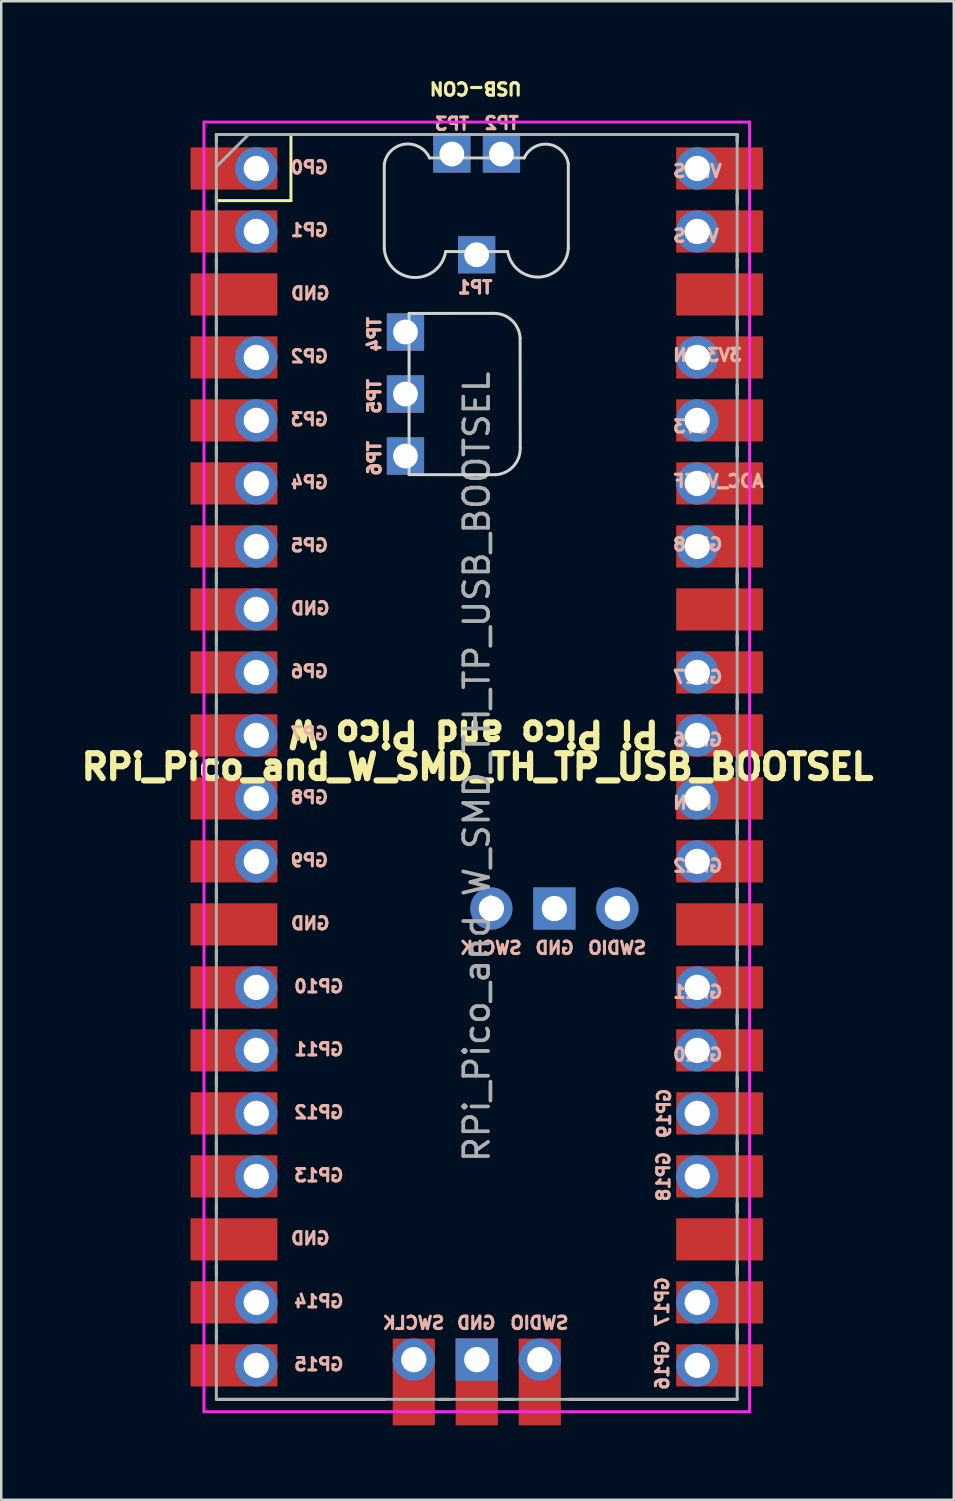
<source format=kicad_pcb>
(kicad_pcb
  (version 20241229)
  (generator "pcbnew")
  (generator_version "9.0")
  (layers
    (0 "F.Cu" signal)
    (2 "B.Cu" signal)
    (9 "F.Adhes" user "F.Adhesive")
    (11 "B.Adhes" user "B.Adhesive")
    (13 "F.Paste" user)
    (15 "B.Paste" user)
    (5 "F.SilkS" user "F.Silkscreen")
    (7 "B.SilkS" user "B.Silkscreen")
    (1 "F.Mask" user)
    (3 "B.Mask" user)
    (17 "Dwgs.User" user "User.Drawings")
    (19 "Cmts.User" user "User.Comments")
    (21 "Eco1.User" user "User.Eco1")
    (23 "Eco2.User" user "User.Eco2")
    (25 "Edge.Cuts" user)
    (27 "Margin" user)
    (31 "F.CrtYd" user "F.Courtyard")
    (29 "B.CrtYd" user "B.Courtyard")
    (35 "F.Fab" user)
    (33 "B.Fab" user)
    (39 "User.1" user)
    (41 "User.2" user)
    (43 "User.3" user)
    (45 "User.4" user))
  (footprint "RPi_Pico_and_W_SMD_TH_TP_USB_BOOTSEL"
    (layer "F.Cu")
    (at 16.174 27.872)
    (property "Reference" "RPi_Pico_and_W_SMD_TH_TP_USB_BOOTSEL" (at 0.03 0 0) (layer "F.SilkS") (effects (font (size 1 1) (thickness 0.25))))
    (attr through_hole)
    (fp_line (start -10.5 -25.5) (end -10.5 -25.2) (stroke (width 0.12) (type solid)) (layer "F.SilkS"))
    (fp_line (start -10.5 -25.5) (end 10.5 -25.5) (stroke (width 0.12) (type solid)) (layer "F.SilkS"))
    (fp_line (start -10.5 -23.1) (end -10.5 -22.7) (stroke (width 0.12) (type solid)) (layer "F.SilkS"))
    (fp_line (start -10.5 -22.833) (end -7.493 -22.833) (stroke (width 0.12) (type solid)) (layer "F.SilkS"))
    (fp_line (start -10.5 -20.5) (end -10.5 -20.1) (stroke (width 0.12) (type solid)) (layer "F.SilkS"))
    (fp_line (start -10.5 -18) (end -10.5 -17.6) (stroke (width 0.12) (type solid)) (layer "F.SilkS"))
    (fp_line (start -10.5 -15.4) (end -10.5 -15) (stroke (width 0.12) (type solid)) (layer "F.SilkS"))
    (fp_line (start -10.5 -12.9) (end -10.5 -12.5) (stroke (width 0.12) (type solid)) (layer "F.SilkS"))
    (fp_line (start -10.5 -10.4) (end -10.5 -10) (stroke (width 0.12) (type solid)) (layer "F.SilkS"))
    (fp_line (start -10.5 -7.8) (end -10.5 -7.4) (stroke (width 0.12) (type solid)) (layer "F.SilkS"))
    (fp_line (start -10.5 -5.3) (end -10.5 -4.9) (stroke (width 0.12) (type solid)) (layer "F.SilkS"))
    (fp_line (start -10.5 -2.7) (end -10.5 -2.3) (stroke (width 0.12) (type solid)) (layer "F.SilkS"))
    (fp_line (start -10.5 -0.2) (end -10.5 0.2) (stroke (width 0.12) (type solid)) (layer "F.SilkS"))
    (fp_line (start -10.5 2.3) (end -10.5 2.7) (stroke (width 0.12) (type solid)) (layer "F.SilkS"))
    (fp_line (start -10.5 4.9) (end -10.5 5.3) (stroke (width 0.12) (type solid)) (layer "F.SilkS"))
    (fp_line (start -10.5 7.4) (end -10.5 7.8) (stroke (width 0.12) (type solid)) (layer "F.SilkS"))
    (fp_line (start -10.5 10) (end -10.5 10.4) (stroke (width 0.12) (type solid)) (layer "F.SilkS"))
    (fp_line (start -10.5 12.5) (end -10.5 12.9) (stroke (width 0.12) (type solid)) (layer "F.SilkS"))
    (fp_line (start -10.5 15.1) (end -10.5 15.5) (stroke (width 0.12) (type solid)) (layer "F.SilkS"))
    (fp_line (start -10.5 17.6) (end -10.5 18) (stroke (width 0.12) (type solid)) (layer "F.SilkS"))
    (fp_line (start -10.5 20.1) (end -10.5 20.5) (stroke (width 0.12) (type solid)) (layer "F.SilkS"))
    (fp_line (start -10.5 22.7) (end -10.5 23.1) (stroke (width 0.12) (type solid)) (layer "F.SilkS"))
    (fp_line (start -7.493 -22.833) (end -7.493 -25.5) (stroke (width 0.12) (type solid)) (layer "F.SilkS"))
    (fp_line (start -3.7 25.5) (end -10.5 25.5) (stroke (width 0.12) (type solid)) (layer "F.SilkS"))
    (fp_line (start -1.5 25.5) (end -1.1 25.5) (stroke (width 0.12) (type solid)) (layer "F.SilkS"))
    (fp_line (start 1.1 25.5) (end 1.5 25.5) (stroke (width 0.12) (type solid)) (layer "F.SilkS"))
    (fp_line (start 10.5 -25.5) (end 10.5 -25.2) (stroke (width 0.12) (type solid)) (layer "F.SilkS"))
    (fp_line (start 10.5 -23.1) (end 10.5 -22.7) (stroke (width 0.12) (type solid)) (layer "F.SilkS"))
    (fp_line (start 10.5 -20.5) (end 10.5 -20.1) (stroke (width 0.12) (type solid)) (layer "F.SilkS"))
    (fp_line (start 10.5 -18) (end 10.5 -17.6) (stroke (width 0.12) (type solid)) (layer "F.SilkS"))
    (fp_line (start 10.5 -15.4) (end 10.5 -15) (stroke (width 0.12) (type solid)) (layer "F.SilkS"))
    (fp_line (start 10.5 -12.9) (end 10.5 -12.5) (stroke (width 0.12) (type solid)) (layer "F.SilkS"))
    (fp_line (start 10.5 -10.4) (end 10.5 -10) (stroke (width 0.12) (type solid)) (layer "F.SilkS"))
    (fp_line (start 10.5 -7.8) (end 10.5 -7.4) (stroke (width 0.12) (type solid)) (layer "F.SilkS"))
    (fp_line (start 10.5 -5.3) (end 10.5 -4.9) (stroke (width 0.12) (type solid)) (layer "F.SilkS"))
    (fp_line (start 10.5 -2.7) (end 10.5 -2.3) (stroke (width 0.12) (type solid)) (layer "F.SilkS"))
    (fp_line (start 10.5 -0.2) (end 10.5 0.2) (stroke (width 0.12) (type solid)) (layer "F.SilkS"))
    (fp_line (start 10.5 2.3) (end 10.5 2.7) (stroke (width 0.12) (type solid)) (layer "F.SilkS"))
    (fp_line (start 10.5 4.9) (end 10.5 5.3) (stroke (width 0.12) (type solid)) (layer "F.SilkS"))
    (fp_line (start 10.5 7.4) (end 10.5 7.8) (stroke (width 0.12) (type solid)) (layer "F.SilkS"))
    (fp_line (start 10.5 10) (end 10.5 10.4) (stroke (width 0.12) (type solid)) (layer "F.SilkS"))
    (fp_line (start 10.5 12.5) (end 10.5 12.9) (stroke (width 0.12) (type solid)) (layer "F.SilkS"))
    (fp_line (start 10.5 15.1) (end 10.5 15.5) (stroke (width 0.12) (type solid)) (layer "F.SilkS"))
    (fp_line (start 10.5 17.6) (end 10.5 18) (stroke (width 0.12) (type solid)) (layer "F.SilkS"))
    (fp_line (start 10.5 20.1) (end 10.5 20.5) (stroke (width 0.12) (type solid)) (layer "F.SilkS"))
    (fp_line (start 10.5 22.7) (end 10.5 23.1) (stroke (width 0.12) (type solid)) (layer "F.SilkS"))
    (fp_line (start 10.5 25.5) (end 3.7 25.5) (stroke (width 0.12) (type solid)) (layer "F.SilkS"))
    (fp_line (start -3.73 -24.304) (end -3.73 -20.904) (stroke (width 0.12) (type solid)) (layer "Edge.Cuts"))
    (fp_line (start -2.73 -18.284) (end 0.648 -18.286) (stroke (width 0.12) (type solid)) (layer "Edge.Cuts"))
    (fp_line (start -2.73 -11.784) (end -2.73 -18.284) (stroke (width 0.12) (type solid)) (layer "Edge.Cuts"))
    (fp_line (start -1.905 -24.554) (end 1.915 -24.554) (stroke (width 0.12) (type solid)) (layer "Edge.Cuts"))
    (fp_line (start -1.255 -20.779) (end 1.245 -20.779) (stroke (width 0.12) (type solid)) (layer "Edge.Cuts"))
    (fp_line (start 0.752 -11.781) (end -2.73 -11.784) (stroke (width 0.12) (type solid)) (layer "Edge.Cuts"))
    (fp_line (start 1.748 -17.286) (end 1.752 -12.864) (stroke (width 0.12) (type solid)) (layer "Edge.Cuts"))
    (fp_line (start 3.69 -24.314) (end 3.69 -20.914) (stroke (width 0.12) (type solid)) (layer "Edge.Cuts"))
    (fp_arc (start -3.729557 -24.303909) (mid -2.910222 -25.108435) (end -1.904557 -24.55417) (stroke (width 0.12) (type solid)) (layer "Edge.Cuts"))
    (fp_arc (start -1.254557 -20.778909) (mid -2.547941 -19.734906) (end -3.729557 -20.903909) (stroke (width 0.12) (type solid)) (layer "Edge.Cuts"))
    (fp_arc (start 0.648336 -18.286092) (mid 1.405442 -18.013909) (end 1.748336 -17.286092) (stroke (width 0.12) (type solid)) (layer "Edge.Cuts"))
    (fp_arc (start 1.751665 -12.863909) (mid 1.473464 -12.117642) (end 0.751665 -11.781016) (stroke (width 0.12) (type solid)) (layer "Edge.Cuts"))
    (fp_arc (start 1.915451 -24.553649) (mid 2.892936 -25.101614) (end 3.690451 -24.314395) (stroke (width 0.12) (type solid)) (layer "Edge.Cuts"))
    (fp_arc (start 3.690451 -20.914395) (mid 2.52865 -19.753162) (end 1.245443 -20.778649) (stroke (width 0.12) (type solid)) (layer "Edge.Cuts"))
    (fp_line (start -11 -26) (end 11 -26) (stroke (width 0.12) (type solid)) (layer "F.CrtYd"))
    (fp_line (start -11 26) (end -11 -26) (stroke (width 0.12) (type solid)) (layer "F.CrtYd"))
    (fp_line (start 11 -26) (end 11 26) (stroke (width 0.12) (type solid)) (layer "F.CrtYd"))
    (fp_line (start 11 26) (end -11 26) (stroke (width 0.12) (type solid)) (layer "F.CrtYd"))
    (fp_line (start -10.5 -25.5) (end 10.5 -25.5) (stroke (width 0.12) (type solid)) (layer "F.Fab"))
    (fp_line (start -10.5 -24.2) (end -9.2 -25.5) (stroke (width 0.12) (type solid)) (layer "F.Fab"))
    (fp_line (start -10.5 25.5) (end -10.5 -25.5) (stroke (width 0.12) (type solid)) (layer "F.Fab"))
    (fp_line (start 10.5 -25.5) (end 10.5 25.5) (stroke (width 0.12) (type solid)) (layer "F.Fab"))
    (fp_line (start 10.5 25.5) (end -10.5 25.5) (stroke (width 0.12) (type solid)) (layer "F.Fab"))
    (fp_text user "USB-CON" (at -0.045 -27.36 180) (unlocked yes) (layer "F.SilkS") (effects (font (size 0.5 0.5) (thickness 0.125))))
    (fp_text user "Pi Pico and Pico W" (at -0.135 -1.34 180) (unlocked yes) (layer "F.SilkS") (effects (font (size 1 1) (thickness 0.25))))
    (fp_text user "GP2" (at -6.75 -16.55 180) (layer "B.SilkS") (effects (font (size 0.5 0.5) (thickness 0.125)) (justify mirror)))
    (fp_text user "SWCLK" (at 0.57 7.3 180) (layer "B.SilkS") (effects (font (size 0.5 0.5) (thickness 0.125)) (justify mirror)))
    (fp_text user "GP28" (at 7.85 -8.969 180) (layer "B.SilkS") (effects (font (size 0.5 0.5) (thickness 0.125)) (justify right mirror)))
    (fp_text user "GP4" (at -6.75 -11.47 180) (layer "B.SilkS") (effects (font (size 0.5 0.5) (thickness 0.125)) (justify mirror)))
    (fp_text user "RUN" (at 7.85 1.445 180) (layer "B.SilkS") (effects (font (size 0.5 0.5) (thickness 0.125)) (justify right mirror)))
    (fp_text user "GP14" (at -6.369 21.55 180) (layer "B.SilkS") (effects (font (size 0.5 0.5) (thickness 0.125)) (justify mirror)))
    (fp_text user "GP22" (at 7.85 3.985 180) (layer "B.SilkS") (effects (font (size 0.5 0.5) (thickness 0.125)) (justify right mirror)))
    (fp_text user "TP5" (at -4.125 -14.94 270) (layer "B.SilkS") (effects (font (size 0.5 0.5) (thickness 0.125)) (justify mirror)))
    (fp_text user "3V3_EN" (at 7.85 -16.605 180) (layer "B.SilkS") (effects (font (size 0.5 0.5) (thickness 0.125)) (justify right mirror)))
    (fp_text user "GND" (at -6.712 -6.39 180) (layer "B.SilkS") (effects (font (size 0.5 0.5) (thickness 0.125)) (justify mirror)))
    (fp_text user "GP16" (at 7.48 24.12 270) (layer "B.SilkS") (effects (font (size 0.5 0.5) (thickness 0.125)) (justify mirror)))
    (fp_text user "ADC_VREF" (at 7.85 -11.525 180) (layer "B.SilkS") (effects (font (size 0.5 0.5) (thickness 0.125)) (justify right mirror)))
    (fp_text user "SWDIO" (at 5.66 7.3 180) (layer "B.SilkS") (effects (font (size 0.5 0.5) (thickness 0.125)) (justify mirror)))
    (fp_text user "GP20" (at 7.85 11.605 180) (layer "B.SilkS") (effects (font (size 0.5 0.5) (thickness 0.125)) (justify right mirror)))
    (fp_text user "GP13" (at -6.369 16.47 180) (layer "B.SilkS") (effects (font (size 0.5 0.5) (thickness 0.125)) (justify mirror)))
    (fp_text user "GND" (at -6.712 -19.09 180) (layer "B.SilkS") (effects (font (size 0.5 0.5) (thickness 0.125)) (justify mirror)))
    (fp_text user "SWDIO" (at 2.525 22.42 180) (layer "B.SilkS") (effects (font (size 0.5 0.5) (thickness 0.125)) (justify mirror)))
    (fp_text user "TP3" (at -1 -25.93 0) (layer "B.SilkS") (effects (font (size 0.5 0.5) (thickness 0.125)) (justify mirror)))
    (fp_text user "GP1" (at -6.75 -21.64 180) (layer "B.SilkS") (effects (font (size 0.5 0.5) (thickness 0.125)) (justify mirror)))
    (fp_text user "GP11" (at -6.369 11.39 180) (layer "B.SilkS") (effects (font (size 0.5 0.5) (thickness 0.125)) (justify mirror)))
    (fp_text user "GP9" (at -6.75 3.77 180) (layer "B.SilkS") (effects (font (size 0.5 0.5) (thickness 0.125)) (justify mirror)))
    (fp_text user "TP6" (at -4.125 -12.44 270) (layer "B.SilkS") (effects (font (size 0.5 0.5) (thickness 0.125)) (justify mirror)))
    (fp_text user "GP5" (at -6.75 -8.93 180) (layer "B.SilkS") (effects (font (size 0.5 0.5) (thickness 0.125)) (justify mirror)))
    (fp_text user "GP21" (at 7.85 9.075 180) (layer "B.SilkS") (effects (font (size 0.5 0.5) (thickness 0.125)) (justify right mirror)))
    (fp_text user "VSYS" (at 7.85 -21.415 180) (layer "B.SilkS") (effects (font (size 0.5 0.5) (thickness 0.125)) (justify right mirror)))
    (fp_text user "TP6" (at -4.13 -12.444 270) (layer "B.SilkS") (effects (font (size 0.5 0.5) (thickness 0.125)) (justify mirror)))
    (fp_text user "GP7" (at -6.75 -1.34 180) (layer "B.SilkS") (effects (font (size 0.5 0.5) (thickness 0.125)) (justify mirror)))
    (fp_text user "SWCLK" (at -2.55 22.42 180) (layer "B.SilkS") (effects (font (size 0.5 0.5) (thickness 0.125)) (justify mirror)))
    (fp_text user "TP5" (at -4.13 -14.944 270) (layer "B.SilkS") (effects (font (size 0.5 0.5) (thickness 0.125)) (justify mirror)))
    (fp_text user "TP1" (at -0.07 -19.33 0) (layer "B.SilkS") (effects (font (size 0.5 0.5) (thickness 0.125)) (justify mirror)))
    (fp_text user "TP4" (at -4.125 -17.44 270) (layer "B.SilkS") (effects (font (size 0.5 0.5) (thickness 0.125)) (justify mirror)))
    (fp_text user "TP1" (at -0.066 -19.335 0) (layer "B.SilkS") (effects (font (size 0.5 0.5) (thickness 0.125)) (justify mirror)))
    (fp_text user "TP2" (at 1 -25.955 0) (layer "B.SilkS") (effects (font (size 0.5 0.5) (thickness 0.125)) (justify mirror)))
    (fp_text user "TP4" (at -4.13 -17.444 270) (layer "B.SilkS") (effects (font (size 0.5 0.5) (thickness 0.125)) (justify mirror)))
    (fp_text user "GND" (at -6.712 19.01 180) (layer "B.SilkS") (effects (font (size 0.5 0.5) (thickness 0.125)) (justify mirror)))
    (fp_text user "GND" (at 3.14 7.3 180) (layer "B.SilkS") (effects (font (size 0.5 0.5) (thickness 0.125)) (justify mirror)))
    (fp_text user "GP3" (at -6.75 -14.01 180) (layer "B.SilkS") (effects (font (size 0.5 0.5) (thickness 0.125)) (justify mirror)))
    (fp_text user "3V3" (at 7.85 -13.725 180) (layer "B.SilkS") (effects (font (size 0.5 0.5) (thickness 0.125)) (justify right mirror)))
    (fp_text user "GP10" (at -6.369 8.85 180) (layer "B.SilkS") (effects (font (size 0.5 0.5) (thickness 0.125)) (justify mirror)))
    (fp_text user "GND" (at -0.02 22.42 180) (layer "B.SilkS") (effects (font (size 0.5 0.5) (thickness 0.125)) (justify mirror)))
    (fp_text user "GP0" (at -6.75 -24.17 180) (layer "B.SilkS") (effects (font (size 0.5 0.5) (thickness 0.125)) (justify mirror)))
    (fp_text user "GP27" (at 7.85 -3.625 180) (layer "B.SilkS") (effects (font (size 0.5 0.5) (thickness 0.125)) (justify right mirror)))
    (fp_text user "VBUS" (at 7.85 -24.025 180) (layer "B.SilkS") (effects (font (size 0.5 0.5) (thickness 0.125)) (justify right mirror)))
    (fp_text user "GND" (at -6.712 6.31 180) (layer "B.SilkS") (effects (font (size 0.5 0.5) (thickness 0.125)) (justify mirror)))
    (fp_text user "GP12" (at -6.369 13.93 180) (layer "B.SilkS") (effects (font (size 0.5 0.5) (thickness 0.125)) (justify mirror)))
    (fp_text user "GP17" (at 7.48 21.57 270) (layer "B.SilkS") (effects (font (size 0.5 0.5) (thickness 0.125)) (justify mirror)))
    (fp_text user "GP8" (at -6.75 1.23 180) (layer "B.SilkS") (effects (font (size 0.5 0.5) (thickness 0.125)) (justify mirror)))
    (fp_text user "GP15" (at -6.369 24.09 180) (layer "B.SilkS") (effects (font (size 0.5 0.5) (thickness 0.125)) (justify mirror)))
    (fp_text user "GP18" (at 7.53 16.52 270) (layer "B.SilkS") (effects (font (size 0.5 0.5) (thickness 0.125)) (justify mirror)))
    (fp_text user "GP19" (at 7.555 13.97 270) (layer "B.SilkS") (effects (font (size 0.5 0.5) (thickness 0.125)) (justify mirror)))
    (fp_text user "GP26" (at 7.85 -1.095 180) (layer "B.SilkS") (effects (font (size 0.5 0.5) (thickness 0.125)) (justify right mirror)))
    (fp_text user "GP6" (at -6.75 -3.85 180) (layer "B.SilkS") (effects (font (size 0.5 0.5) (thickness 0.125)) (justify mirror)))
    (fp_text user "${REFERENCE}" (at 0 0 270) (layer "F.Fab") (effects (font (size 1 1) (thickness 0.15))))
    (pad "1" thru_hole oval (at -8.89 -24.13) (size 1.7 1.7) (drill 1.02) (layers "*.Cu" "*.Mask"))
    (pad "1" smd rect (at -8.89 -24.13) (size 3.5 1.7) (drill (offset -0.9 0)) (layers "F.Cu" "F.Mask"))
    (pad "2" thru_hole oval (at -8.89 -21.59) (size 1.7 1.7) (drill 1.02) (layers "*.Cu" "*.Mask"))
    (pad "2" smd rect (at -8.89 -21.59) (size 3.5 1.7) (drill (offset -0.9 0)) (layers "F.Cu" "F.Mask"))
    (pad "3" smd rect (at -8.89 -19.05) (size 3.5 1.7) (drill (offset -0.9 0)) (layers "F.Cu" "F.Mask"))
    (pad "4" thru_hole oval (at -8.89 -16.51) (size 1.7 1.7) (drill 1.02) (layers "*.Cu" "*.Mask"))
    (pad "4" smd rect (at -8.89 -16.51) (size 3.5 1.7) (drill (offset -0.9 0)) (layers "F.Cu" "F.Mask"))
    (pad "5" thru_hole oval (at -8.89 -13.97) (size 1.7 1.7) (drill 1.02) (layers "*.Cu" "*.Mask"))
    (pad "5" smd rect (at -8.89 -13.97) (size 3.5 1.7) (drill (offset -0.9 0)) (layers "F.Cu" "F.Mask"))
    (pad "6" thru_hole oval (at -8.89 -11.43) (size 1.7 1.7) (drill 1.02) (layers "*.Cu" "*.Mask"))
    (pad "6" smd rect (at -8.89 -11.43) (size 3.5 1.7) (drill (offset -0.9 0)) (layers "F.Cu" "F.Mask"))
    (pad "7" thru_hole oval (at -8.89 -8.89) (size 1.7 1.7) (drill 1.02) (layers "*.Cu" "*.Mask"))
    (pad "7" smd rect (at -8.89 -8.89) (size 3.5 1.7) (drill (offset -0.9 0)) (layers "F.Cu" "F.Mask"))
    (pad "8" thru_hole oval (at -8.89 -6.35) (size 1.7 1.7) (drill 1.02) (layers "*.Cu" "*.Mask"))
    (pad "8" smd rect (at -8.89 -6.35) (size 3.5 1.7) (drill (offset -0.9 0)) (layers "F.Cu" "F.Mask"))
    (pad "9" thru_hole oval (at -8.89 -3.81) (size 1.7 1.7) (drill 1.02) (layers "*.Cu" "*.Mask"))
    (pad "9" smd rect (at -8.89 -3.81) (size 3.5 1.7) (drill (offset -0.9 0)) (layers "F.Cu" "F.Mask"))
    (pad "10" thru_hole oval (at -8.89 -1.27) (size 1.7 1.7) (drill 1.02) (layers "*.Cu" "*.Mask"))
    (pad "10" smd rect (at -8.89 -1.27) (size 3.5 1.7) (drill (offset -0.9 0)) (layers "F.Cu" "F.Mask"))
    (pad "11" thru_hole oval (at -8.89 1.27) (size 1.7 1.7) (drill 1.02) (layers "*.Cu" "*.Mask"))
    (pad "11" smd rect (at -8.89 1.27) (size 3.5 1.7) (drill (offset -0.9 0)) (layers "F.Cu" "F.Mask"))
    (pad "12" thru_hole oval (at -8.89 3.81) (size 1.7 1.7) (drill 1.02) (layers "*.Cu" "*.Mask"))
    (pad "12" smd rect (at -8.89 3.81) (size 3.5 1.7) (drill (offset -0.9 0)) (layers "F.Cu" "F.Mask"))
    (pad "13" smd rect (at -8.89 6.35) (size 3.5 1.7) (drill (offset -0.9 0)) (layers "F.Cu" "F.Mask"))
    (pad "14" thru_hole oval (at -8.89 8.89) (size 1.7 1.7) (drill 1.02) (layers "*.Cu" "*.Mask"))
    (pad "14" smd rect (at -8.89 8.89) (size 3.5 1.7) (drill (offset -0.9 0)) (layers "F.Cu" "F.Mask"))
    (pad "15" thru_hole oval (at -8.89 11.43) (size 1.7 1.7) (drill 1.02) (layers "*.Cu" "*.Mask"))
    (pad "15" smd rect (at -8.89 11.43) (size 3.5 1.7) (drill (offset -0.9 0)) (layers "F.Cu" "F.Mask"))
    (pad "16" thru_hole oval (at -8.89 13.97) (size 1.7 1.7) (drill 1.02) (layers "*.Cu" "*.Mask"))
    (pad "16" smd rect (at -8.89 13.97) (size 3.5 1.7) (drill (offset -0.9 0)) (layers "F.Cu" "F.Mask"))
    (pad "17" thru_hole oval (at -8.89 16.51) (size 1.7 1.7) (drill 1.02) (layers "*.Cu" "*.Mask"))
    (pad "17" smd rect (at -8.89 16.51) (size 3.5 1.7) (drill (offset -0.9 0)) (layers "F.Cu" "F.Mask"))
    (pad "18" smd rect (at -8.89 19.05) (size 3.5 1.7) (drill (offset -0.9 0)) (layers "F.Cu" "F.Mask"))
    (pad "19" thru_hole oval (at -8.89 21.59) (size 1.7 1.7) (drill 1.02) (layers "*.Cu" "*.Mask"))
    (pad "19" smd rect (at -8.89 21.59) (size 3.5 1.7) (drill (offset -0.9 0)) (layers "F.Cu" "F.Mask"))
    (pad "20" thru_hole oval (at -8.89 24.13) (size 1.7 1.7) (drill 1.02) (layers "*.Cu" "*.Mask"))
    (pad "20" smd rect (at -8.89 24.13) (size 3.5 1.7) (drill (offset -0.9 0)) (layers "F.Cu" "F.Mask"))
    (pad "21" thru_hole oval (at 8.89 24.13) (size 1.7 1.7) (drill 1.02) (layers "*.Cu" "*.Mask"))
    (pad "21" smd rect (at 8.89 24.13) (size 3.5 1.7) (drill (offset 0.9 0)) (layers "F.Cu" "F.Mask"))
    (pad "22" thru_hole oval (at 8.89 21.59) (size 1.7 1.7) (drill 1.02) (layers "*.Cu" "*.Mask"))
    (pad "22" smd rect (at 8.89 21.59) (size 3.5 1.7) (drill (offset 0.9 0)) (layers "F.Cu" "F.Mask"))
    (pad "23" smd rect (at 8.89 19.05) (size 3.5 1.7) (drill (offset 0.9 0)) (layers "F.Cu" "F.Mask"))
    (pad "24" thru_hole oval (at 8.89 16.51) (size 1.7 1.7) (drill 1.02) (layers "*.Cu" "*.Mask"))
    (pad "24" smd rect (at 8.89 16.51) (size 3.5 1.7) (drill (offset 0.9 0)) (layers "F.Cu" "F.Mask"))
    (pad "25" thru_hole oval (at 8.89 13.97) (size 1.7 1.7) (drill 1.02) (layers "*.Cu" "*.Mask"))
    (pad "25" smd rect (at 8.89 13.97) (size 3.5 1.7) (drill (offset 0.9 0)) (layers "F.Cu" "F.Mask"))
    (pad "26" thru_hole oval (at 8.89 11.43) (size 1.7 1.7) (drill 1.02) (layers "*.Cu" "*.Mask"))
    (pad "26" smd rect (at 8.89 11.43) (size 3.5 1.7) (drill (offset 0.9 0)) (layers "F.Cu" "F.Mask"))
    (pad "27" thru_hole oval (at 8.89 8.89) (size 1.7 1.7) (drill 1.02) (layers "*.Cu" "*.Mask"))
    (pad "27" smd rect (at 8.89 8.89) (size 3.5 1.7) (drill (offset 0.9 0)) (layers "F.Cu" "F.Mask"))
    (pad "28" smd rect (at 8.89 6.35) (size 3.5 1.7) (drill (offset 0.9 0)) (layers "F.Cu" "F.Mask"))
    (pad "29" thru_hole oval (at 8.89 3.81) (size 1.7 1.7) (drill 1.02) (layers "*.Cu" "*.Mask"))
    (pad "29" smd rect (at 8.89 3.81) (size 3.5 1.7) (drill (offset 0.9 0)) (layers "F.Cu" "F.Mask"))
    (pad "30" thru_hole oval (at 8.89 1.27) (size 1.7 1.7) (drill 1.02) (layers "*.Cu" "*.Mask"))
    (pad "30" smd rect (at 8.89 1.27) (size 3.5 1.7) (drill (offset 0.9 0)) (layers "F.Cu" "F.Mask"))
    (pad "31" thru_hole oval (at 8.89 -1.27) (size 1.7 1.7) (drill 1.02) (layers "*.Cu" "*.Mask"))
    (pad "31" smd rect (at 8.89 -1.27) (size 3.5 1.7) (drill (offset 0.9 0)) (layers "F.Cu" "F.Mask"))
    (pad "32" thru_hole oval (at 8.89 -3.81) (size 1.7 1.7) (drill 1.02) (layers "*.Cu" "*.Mask"))
    (pad "32" smd rect (at 8.89 -3.81) (size 3.5 1.7) (drill (offset 0.9 0)) (layers "F.Cu" "F.Mask"))
    (pad "33" smd rect (at 8.89 -6.35) (size 3.5 1.7) (drill (offset 0.9 0)) (layers "F.Cu" "F.Mask"))
    (pad "34" thru_hole oval (at 8.89 -8.89) (size 1.7 1.7) (drill 1.02) (layers "*.Cu" "*.Mask"))
    (pad "34" smd rect (at 8.89 -8.89) (size 3.5 1.7) (drill (offset 0.9 0)) (layers "F.Cu" "F.Mask"))
    (pad "35" thru_hole oval (at 8.89 -11.43) (size 1.7 1.7) (drill 1.02) (layers "*.Cu" "*.Mask"))
    (pad "35" smd rect (at 8.89 -11.43) (size 3.5 1.7) (drill (offset 0.9 0)) (layers "F.Cu" "F.Mask"))
    (pad "36" thru_hole oval (at 8.89 -13.97) (size 1.7 1.7) (drill 1.02) (layers "*.Cu" "*.Mask"))
    (pad "36" smd rect (at 8.89 -13.97) (size 3.5 1.7) (drill (offset 0.9 0)) (layers "F.Cu" "F.Mask"))
    (pad "37" thru_hole oval (at 8.89 -16.51) (size 1.7 1.7) (drill 1.02) (layers "*.Cu" "*.Mask"))
    (pad "37" smd rect (at 8.89 -16.51) (size 3.5 1.7) (drill (offset 0.9 0)) (layers "F.Cu" "F.Mask"))
    (pad "38" smd rect (at 8.89 -19.05) (size 3.5 1.7) (drill (offset 0.9 0)) (layers "F.Cu" "F.Mask"))
    (pad "39" thru_hole oval (at 8.89 -21.59) (size 1.7 1.7) (drill 1.02) (layers "*.Cu" "*.Mask"))
    (pad "39" smd rect (at 8.89 -21.59) (size 3.5 1.7) (drill (offset 0.9 0)) (layers "F.Cu" "F.Mask"))
    (pad "40" thru_hole oval (at 8.89 -24.13) (size 1.7 1.7) (drill 1.02) (layers "*.Cu" "*.Mask"))
    (pad "40" smd rect (at 8.89 -24.13) (size 3.5 1.7) (drill (offset 0.9 0)) (layers "F.Cu" "F.Mask"))
    (pad "41" thru_hole oval (at -2.54 23.9) (size 1.7 1.7) (drill 1.02) (layers "*.Cu" "*.Mask"))
    (pad "41" smd rect (at -2.54 23.9 90) (size 3.5 1.7) (drill (offset -0.9 0)) (layers "F.Cu" "F.Mask"))
    (pad "41" thru_hole oval (at 0.589 5.71) (size 1.7 1.7) (drill 1.02) (layers "*.Cu" "*.Mask"))
    (pad "42" thru_hole rect (at 0 23.9) (size 1.7 1.7) (drill 1.02) (layers "*.Cu" "*.Mask"))
    (pad "42" smd rect (at 0 23.9 90) (size 3.5 1.7) (drill (offset -0.9 0)) (layers "F.Cu" "F.Mask"))
    (pad "42" thru_hole rect (at 3.129 5.71) (size 1.7 1.7) (drill 1.02) (layers "*.Cu" "*.Mask"))
    (pad "43" thru_hole oval (at 2.54 23.9) (size 1.7 1.7) (drill 1.02) (layers "*.Cu" "*.Mask"))
    (pad "43" smd rect (at 2.54 23.9 90) (size 3.5 1.7) (drill (offset -0.9 0)) (layers "F.Cu" "F.Mask"))
    (pad "43" thru_hole oval (at 5.669 5.71) (size 1.7 1.7) (drill 1.02) (layers "*.Cu" "*.Mask"))
    (pad "TP1" thru_hole rect (at -0.005 -20.65) (size 1.5 1.5) (drill 1) (layers "*.Cu" "*.Mask"))
    (pad "TP2" thru_hole rect (at 0.995 -24.71) (size 1.5 1.5) (drill 1) (layers "*.Cu" "*.Mask"))
    (pad "TP3" thru_hole rect (at -1.005 -24.71) (size 1.5 1.5) (drill oval 1) (layers "*.Cu" "*.Mask"))
    (pad "TP4" smd rect (at -2.875 -17.534 90) (size 1.5 1.5) (layers "F.Cu"))
    (pad "TP4" thru_hole rect (at -2.875 -17.534) (size 1.5 1.5) (drill 1) (layers "*.Cu" "*.Mask"))
    (pad "TP5" smd rect (at -2.875 -15.034 90) (size 1.5 1.5) (layers "F.Cu"))
    (pad "TP5" thru_hole rect (at -2.875 -15.034) (size 1.5 1.5) (drill 1) (layers "*.Cu" "*.Mask"))
    (pad "TP6" smd rect (at -2.875 -12.534 90) (size 1.5 1.5) (layers "F.Cu"))
    (pad "TP6" thru_hole rect (at -2.875 -12.534) (size 1.5 1.5) (drill 1) (layers "*.Cu" "*.Mask")))
  (gr_rect
    (start -3 -3)
    (end 35.407 57.422)
    (stroke (width 0.1) (type default))
    (fill no)
    (layer "Edge.Cuts")))
</source>
